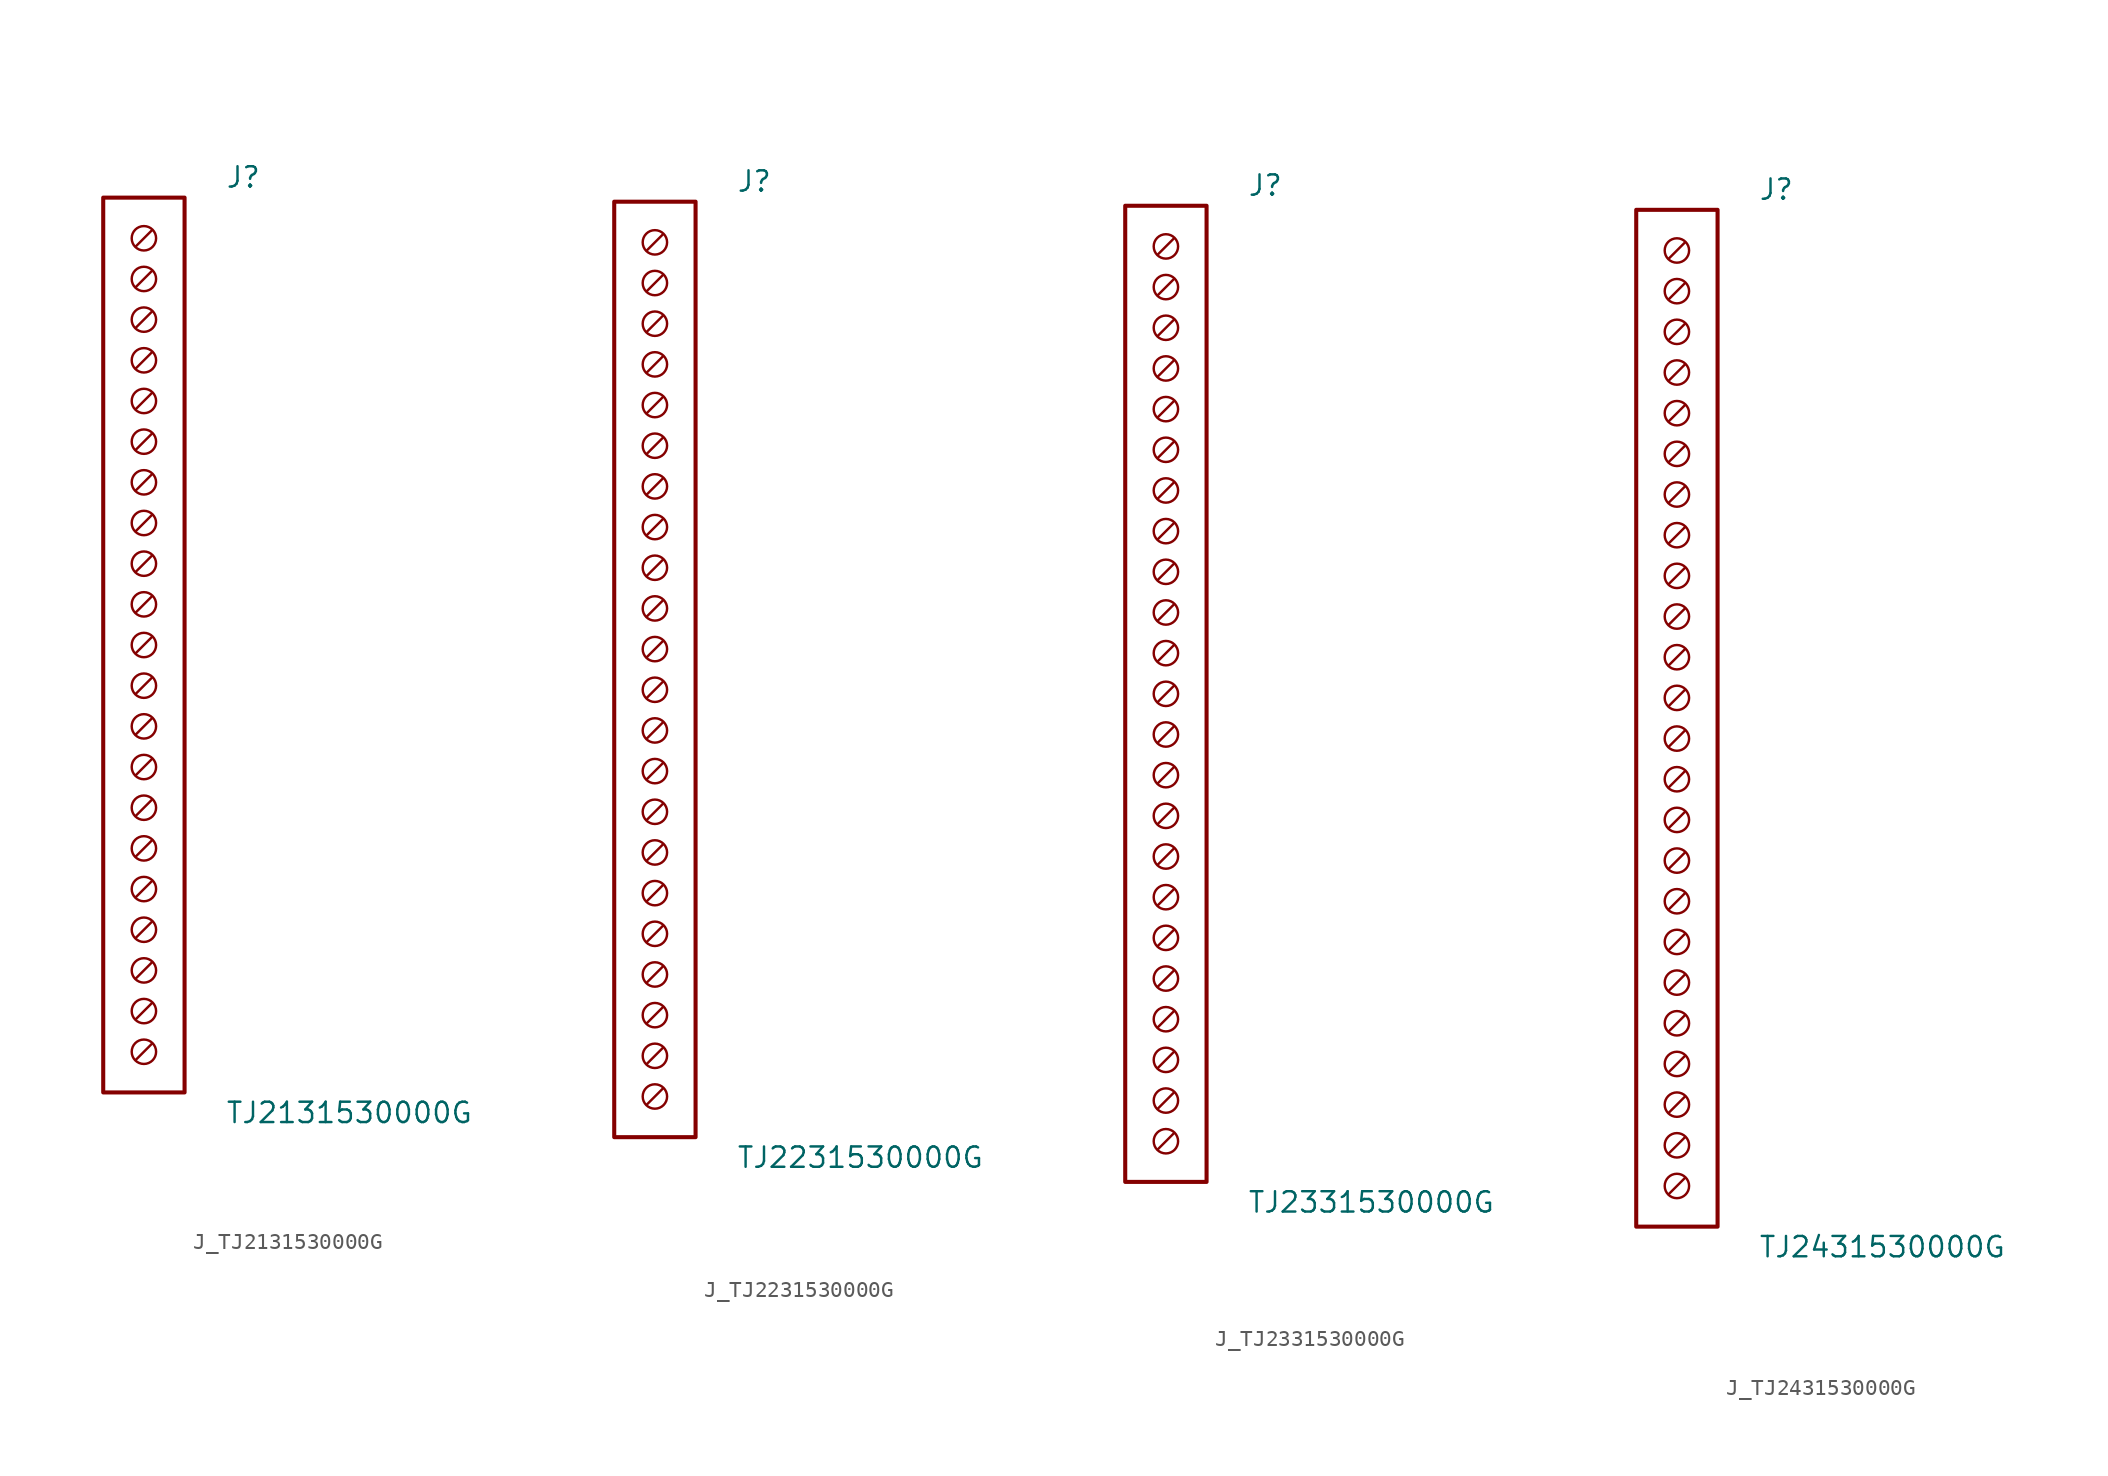
<source format=kicad_sym>
(kicad_symbol_lib
  (version 20231120)
  (generator kicad_symbol_editor)
  (generator_version 8.0)
  (symbol "J_TJ2131530000G"
    (pin_names
      (offset 0.254))
    (property "Reference" "J"
      (at 5.08 29.21 0)
      (effects (font (size 1.27 1.27)) (justify left)))
    (property "Value" "TJ2131530000G"
      (at 5.08 -29.21 0)
      (effects (font (size 1.27 1.27)) (justify left)))
    (symbol "J_TJ2131530000G_0_0"
      (circle (center 0 25.4) (radius 0.762) (stroke (width 0) (type default)) (fill (type none)))
      (polyline (pts (xy 0.508 25.908) (xy -0.508 24.892)) (stroke (width 0) (type default)) (fill (type none)))
      (circle (center 0 22.86) (radius 0.762) (stroke (width 0) (type default)) (fill (type none)))
      (polyline (pts (xy 0.508 23.368) (xy -0.508 22.352)) (stroke (width 0) (type default)) (fill (type none)))
      (circle (center 0 20.32) (radius 0.762) (stroke (width 0) (type default)) (fill (type none)))
      (polyline (pts (xy 0.508 20.828) (xy -0.508 19.812)) (stroke (width 0) (type default)) (fill (type none)))
      (circle (center 0 17.78) (radius 0.762) (stroke (width 0) (type default)) (fill (type none)))
      (polyline (pts (xy 0.508 18.288) (xy -0.508 17.272)) (stroke (width 0) (type default)) (fill (type none)))
      (circle (center 0 15.24) (radius 0.762) (stroke (width 0) (type default)) (fill (type none)))
      (polyline (pts (xy 0.508 15.748) (xy -0.508 14.732)) (stroke (width 0) (type default)) (fill (type none)))
      (circle (center 0 12.7) (radius 0.762) (stroke (width 0) (type default)) (fill (type none)))
      (polyline (pts (xy 0.508 13.208) (xy -0.508 12.192)) (stroke (width 0) (type default)) (fill (type none)))
      (circle (center 0 10.16) (radius 0.762) (stroke (width 0) (type default)) (fill (type none)))
      (polyline (pts (xy 0.508 10.668) (xy -0.508 9.652)) (stroke (width 0) (type default)) (fill (type none)))
      (circle (center 0 7.62) (radius 0.762) (stroke (width 0) (type default)) (fill (type none)))
      (polyline (pts (xy 0.508 8.128) (xy -0.508 7.112)) (stroke (width 0) (type default)) (fill (type none)))
      (circle (center 0 5.08) (radius 0.762) (stroke (width 0) (type default)) (fill (type none)))
      (polyline (pts (xy 0.508 5.588) (xy -0.508 4.572)) (stroke (width 0) (type default)) (fill (type none)))
      (circle (center 0 2.54) (radius 0.762) (stroke (width 0) (type default)) (fill (type none)))
      (polyline (pts (xy 0.508 3.048) (xy -0.508 2.032)) (stroke (width 0) (type default)) (fill (type none)))
      (circle (center 0 0.0) (radius 0.762) (stroke (width 0) (type default)) (fill (type none)))
      (polyline (pts (xy 0.508 0.508) (xy -0.508 -0.508)) (stroke (width 0) (type default)) (fill (type none)))
      (circle (center 0 -2.54) (radius 0.762) (stroke (width 0) (type default)) (fill (type none)))
      (polyline (pts (xy 0.508 -2.032) (xy -0.508 -3.048)) (stroke (width 0) (type default)) (fill (type none)))
      (circle (center 0 -5.08) (radius 0.762) (stroke (width 0) (type default)) (fill (type none)))
      (polyline (pts (xy 0.508 -4.572) (xy -0.508 -5.588)) (stroke (width 0) (type default)) (fill (type none)))
      (circle (center 0 -7.62) (radius 0.762) (stroke (width 0) (type default)) (fill (type none)))
      (polyline (pts (xy 0.508 -7.112) (xy -0.508 -8.128)) (stroke (width 0) (type default)) (fill (type none)))
      (circle (center 0 -10.16) (radius 0.762) (stroke (width 0) (type default)) (fill (type none)))
      (polyline (pts (xy 0.508 -9.652) (xy -0.508 -10.668)) (stroke (width 0) (type default)) (fill (type none)))
      (circle (center 0 -12.7) (radius 0.762) (stroke (width 0) (type default)) (fill (type none)))
      (polyline (pts (xy 0.508 -12.192) (xy -0.508 -13.208)) (stroke (width 0) (type default)) (fill (type none)))
      (circle (center 0 -15.24) (radius 0.762) (stroke (width 0) (type default)) (fill (type none)))
      (polyline (pts (xy 0.508 -14.732) (xy -0.508 -15.748)) (stroke (width 0) (type default)) (fill (type none)))
      (circle (center 0 -17.78) (radius 0.762) (stroke (width 0) (type default)) (fill (type none)))
      (polyline (pts (xy 0.508 -17.272) (xy -0.508 -18.288)) (stroke (width 0) (type default)) (fill (type none)))
      (circle (center 0 -20.32) (radius 0.762) (stroke (width 0) (type default)) (fill (type none)))
      (polyline (pts (xy 0.508 -19.812) (xy -0.508 -20.828)) (stroke (width 0) (type default)) (fill (type none)))
      (circle (center 0 -22.86) (radius 0.762) (stroke (width 0) (type default)) (fill (type none)))
      (polyline (pts (xy 0.508 -22.352) (xy -0.508 -23.368)) (stroke (width 0) (type default)) (fill (type none)))
      (circle (center 0 -25.4) (radius 0.762) (stroke (width 0) (type default)) (fill (type none)))
      (polyline (pts (xy 0.508 -24.892) (xy -0.508 -25.908)) (stroke (width 0) (type default)) (fill (type none))))
    (symbol "J_TJ2131530000G_1_0"
      (rectangle (start -2.54 27.94) (end 2.54 -27.94) (stroke (width 0.254) (type solid)) (fill (type none)))))
  (symbol "J_TJ2231530000G"
    (pin_names
      (offset 0.254))
    (property "Reference" "J"
      (at 5.08 30.48 0)
      (effects (font (size 1.27 1.27)) (justify left)))
    (property "Value" "TJ2231530000G"
      (at 5.08 -30.48 0)
      (effects (font (size 1.27 1.27)) (justify left)))
    (symbol "J_TJ2231530000G_0_0"
      (circle (center 0 26.67) (radius 0.762) (stroke (width 0) (type default)) (fill (type none)))
      (polyline (pts (xy 0.508 27.178) (xy -0.508 26.162)) (stroke (width 0) (type default)) (fill (type none)))
      (circle (center 0 24.13) (radius 0.762) (stroke (width 0) (type default)) (fill (type none)))
      (polyline (pts (xy 0.508 24.638) (xy -0.508 23.622)) (stroke (width 0) (type default)) (fill (type none)))
      (circle (center 0 21.59) (radius 0.762) (stroke (width 0) (type default)) (fill (type none)))
      (polyline (pts (xy 0.508 22.098) (xy -0.508 21.082)) (stroke (width 0) (type default)) (fill (type none)))
      (circle (center 0 19.05) (radius 0.762) (stroke (width 0) (type default)) (fill (type none)))
      (polyline (pts (xy 0.508 19.558) (xy -0.508 18.542)) (stroke (width 0) (type default)) (fill (type none)))
      (circle (center 0 16.51) (radius 0.762) (stroke (width 0) (type default)) (fill (type none)))
      (polyline (pts (xy 0.508 17.018) (xy -0.508 16.002)) (stroke (width 0) (type default)) (fill (type none)))
      (circle (center 0 13.97) (radius 0.762) (stroke (width 0) (type default)) (fill (type none)))
      (polyline (pts (xy 0.508 14.478) (xy -0.508 13.462)) (stroke (width 0) (type default)) (fill (type none)))
      (circle (center 0 11.43) (radius 0.762) (stroke (width 0) (type default)) (fill (type none)))
      (polyline (pts (xy 0.508 11.938) (xy -0.508 10.922)) (stroke (width 0) (type default)) (fill (type none)))
      (circle (center 0 8.89) (radius 0.762) (stroke (width 0) (type default)) (fill (type none)))
      (polyline (pts (xy 0.508 9.398) (xy -0.508 8.382)) (stroke (width 0) (type default)) (fill (type none)))
      (circle (center 0 6.35) (radius 0.762) (stroke (width 0) (type default)) (fill (type none)))
      (polyline (pts (xy 0.508 6.858) (xy -0.508 5.842)) (stroke (width 0) (type default)) (fill (type none)))
      (circle (center 0 3.81) (radius 0.762) (stroke (width 0) (type default)) (fill (type none)))
      (polyline (pts (xy 0.508 4.318) (xy -0.508 3.302)) (stroke (width 0) (type default)) (fill (type none)))
      (circle (center 0 1.27) (radius 0.762) (stroke (width 0) (type default)) (fill (type none)))
      (polyline (pts (xy 0.508 1.778) (xy -0.508 0.762)) (stroke (width 0) (type default)) (fill (type none)))
      (circle (center 0 -1.27) (radius 0.762) (stroke (width 0) (type default)) (fill (type none)))
      (polyline (pts (xy 0.508 -0.762) (xy -0.508 -1.778)) (stroke (width 0) (type default)) (fill (type none)))
      (circle (center 0 -3.81) (radius 0.762) (stroke (width 0) (type default)) (fill (type none)))
      (polyline (pts (xy 0.508 -3.302) (xy -0.508 -4.318)) (stroke (width 0) (type default)) (fill (type none)))
      (circle (center 0 -6.35) (radius 0.762) (stroke (width 0) (type default)) (fill (type none)))
      (polyline (pts (xy 0.508 -5.842) (xy -0.508 -6.858)) (stroke (width 0) (type default)) (fill (type none)))
      (circle (center 0 -8.89) (radius 0.762) (stroke (width 0) (type default)) (fill (type none)))
      (polyline (pts (xy 0.508 -8.382) (xy -0.508 -9.398)) (stroke (width 0) (type default)) (fill (type none)))
      (circle (center 0 -11.43) (radius 0.762) (stroke (width 0) (type default)) (fill (type none)))
      (polyline (pts (xy 0.508 -10.922) (xy -0.508 -11.938)) (stroke (width 0) (type default)) (fill (type none)))
      (circle (center 0 -13.97) (radius 0.762) (stroke (width 0) (type default)) (fill (type none)))
      (polyline (pts (xy 0.508 -13.462) (xy -0.508 -14.478)) (stroke (width 0) (type default)) (fill (type none)))
      (circle (center 0 -16.51) (radius 0.762) (stroke (width 0) (type default)) (fill (type none)))
      (polyline (pts (xy 0.508 -16.002) (xy -0.508 -17.018)) (stroke (width 0) (type default)) (fill (type none)))
      (circle (center 0 -19.05) (radius 0.762) (stroke (width 0) (type default)) (fill (type none)))
      (polyline (pts (xy 0.508 -18.542) (xy -0.508 -19.558)) (stroke (width 0) (type default)) (fill (type none)))
      (circle (center 0 -21.59) (radius 0.762) (stroke (width 0) (type default)) (fill (type none)))
      (polyline (pts (xy 0.508 -21.082) (xy -0.508 -22.098)) (stroke (width 0) (type default)) (fill (type none)))
      (circle (center 0 -24.13) (radius 0.762) (stroke (width 0) (type default)) (fill (type none)))
      (polyline (pts (xy 0.508 -23.622) (xy -0.508 -24.638)) (stroke (width 0) (type default)) (fill (type none)))
      (circle (center 0 -26.67) (radius 0.762) (stroke (width 0) (type default)) (fill (type none)))
      (polyline (pts (xy 0.508 -26.162) (xy -0.508 -27.178)) (stroke (width 0) (type default)) (fill (type none))))
    (symbol "J_TJ2231530000G_1_0"
      (rectangle (start -2.54 29.21) (end 2.54 -29.21) (stroke (width 0.254) (type solid)) (fill (type none)))))
  (symbol "J_TJ2331530000G"
    (pin_names
      (offset 0.254))
    (property "Reference" "J"
      (at 5.08 31.75 0)
      (effects (font (size 1.27 1.27)) (justify left)))
    (property "Value" "TJ2331530000G"
      (at 5.08 -31.75 0)
      (effects (font (size 1.27 1.27)) (justify left)))
    (symbol "J_TJ2331530000G_0_0"
      (circle (center 0 27.94) (radius 0.762) (stroke (width 0) (type default)) (fill (type none)))
      (polyline (pts (xy 0.508 28.448) (xy -0.508 27.432)) (stroke (width 0) (type default)) (fill (type none)))
      (circle (center 0 25.4) (radius 0.762) (stroke (width 0) (type default)) (fill (type none)))
      (polyline (pts (xy 0.508 25.908) (xy -0.508 24.892)) (stroke (width 0) (type default)) (fill (type none)))
      (circle (center 0 22.86) (radius 0.762) (stroke (width 0) (type default)) (fill (type none)))
      (polyline (pts (xy 0.508 23.368) (xy -0.508 22.352)) (stroke (width 0) (type default)) (fill (type none)))
      (circle (center 0 20.32) (radius 0.762) (stroke (width 0) (type default)) (fill (type none)))
      (polyline (pts (xy 0.508 20.828) (xy -0.508 19.812)) (stroke (width 0) (type default)) (fill (type none)))
      (circle (center 0 17.78) (radius 0.762) (stroke (width 0) (type default)) (fill (type none)))
      (polyline (pts (xy 0.508 18.288) (xy -0.508 17.272)) (stroke (width 0) (type default)) (fill (type none)))
      (circle (center 0 15.24) (radius 0.762) (stroke (width 0) (type default)) (fill (type none)))
      (polyline (pts (xy 0.508 15.748) (xy -0.508 14.732)) (stroke (width 0) (type default)) (fill (type none)))
      (circle (center 0 12.7) (radius 0.762) (stroke (width 0) (type default)) (fill (type none)))
      (polyline (pts (xy 0.508 13.208) (xy -0.508 12.192)) (stroke (width 0) (type default)) (fill (type none)))
      (circle (center 0 10.16) (radius 0.762) (stroke (width 0) (type default)) (fill (type none)))
      (polyline (pts (xy 0.508 10.668) (xy -0.508 9.652)) (stroke (width 0) (type default)) (fill (type none)))
      (circle (center 0 7.62) (radius 0.762) (stroke (width 0) (type default)) (fill (type none)))
      (polyline (pts (xy 0.508 8.128) (xy -0.508 7.112)) (stroke (width 0) (type default)) (fill (type none)))
      (circle (center 0 5.08) (radius 0.762) (stroke (width 0) (type default)) (fill (type none)))
      (polyline (pts (xy 0.508 5.588) (xy -0.508 4.572)) (stroke (width 0) (type default)) (fill (type none)))
      (circle (center 0 2.54) (radius 0.762) (stroke (width 0) (type default)) (fill (type none)))
      (polyline (pts (xy 0.508 3.048) (xy -0.508 2.032)) (stroke (width 0) (type default)) (fill (type none)))
      (circle (center 0 0.0) (radius 0.762) (stroke (width 0) (type default)) (fill (type none)))
      (polyline (pts (xy 0.508 0.508) (xy -0.508 -0.508)) (stroke (width 0) (type default)) (fill (type none)))
      (circle (center 0 -2.54) (radius 0.762) (stroke (width 0) (type default)) (fill (type none)))
      (polyline (pts (xy 0.508 -2.032) (xy -0.508 -3.048)) (stroke (width 0) (type default)) (fill (type none)))
      (circle (center 0 -5.08) (radius 0.762) (stroke (width 0) (type default)) (fill (type none)))
      (polyline (pts (xy 0.508 -4.572) (xy -0.508 -5.588)) (stroke (width 0) (type default)) (fill (type none)))
      (circle (center 0 -7.62) (radius 0.762) (stroke (width 0) (type default)) (fill (type none)))
      (polyline (pts (xy 0.508 -7.112) (xy -0.508 -8.128)) (stroke (width 0) (type default)) (fill (type none)))
      (circle (center 0 -10.16) (radius 0.762) (stroke (width 0) (type default)) (fill (type none)))
      (polyline (pts (xy 0.508 -9.652) (xy -0.508 -10.668)) (stroke (width 0) (type default)) (fill (type none)))
      (circle (center 0 -12.7) (radius 0.762) (stroke (width 0) (type default)) (fill (type none)))
      (polyline (pts (xy 0.508 -12.192) (xy -0.508 -13.208)) (stroke (width 0) (type default)) (fill (type none)))
      (circle (center 0 -15.24) (radius 0.762) (stroke (width 0) (type default)) (fill (type none)))
      (polyline (pts (xy 0.508 -14.732) (xy -0.508 -15.748)) (stroke (width 0) (type default)) (fill (type none)))
      (circle (center 0 -17.78) (radius 0.762) (stroke (width 0) (type default)) (fill (type none)))
      (polyline (pts (xy 0.508 -17.272) (xy -0.508 -18.288)) (stroke (width 0) (type default)) (fill (type none)))
      (circle (center 0 -20.32) (radius 0.762) (stroke (width 0) (type default)) (fill (type none)))
      (polyline (pts (xy 0.508 -19.812) (xy -0.508 -20.828)) (stroke (width 0) (type default)) (fill (type none)))
      (circle (center 0 -22.86) (radius 0.762) (stroke (width 0) (type default)) (fill (type none)))
      (polyline (pts (xy 0.508 -22.352) (xy -0.508 -23.368)) (stroke (width 0) (type default)) (fill (type none)))
      (circle (center 0 -25.4) (radius 0.762) (stroke (width 0) (type default)) (fill (type none)))
      (polyline (pts (xy 0.508 -24.892) (xy -0.508 -25.908)) (stroke (width 0) (type default)) (fill (type none)))
      (circle (center 0 -27.94) (radius 0.762) (stroke (width 0) (type default)) (fill (type none)))
      (polyline (pts (xy 0.508 -27.432) (xy -0.508 -28.448)) (stroke (width 0) (type default)) (fill (type none))))
    (symbol "J_TJ2331530000G_1_0"
      (rectangle (start -2.54 30.48) (end 2.54 -30.48) (stroke (width 0.254) (type solid)) (fill (type none)))))
  (symbol "J_TJ2431530000G"
    (pin_names
      (offset 0.254))
    (property "Reference" "J"
      (at 5.08 33.02 0)
      (effects (font (size 1.27 1.27)) (justify left)))
    (property "Value" "TJ2431530000G"
      (at 5.08 -33.02 0)
      (effects (font (size 1.27 1.27)) (justify left)))
    (symbol "J_TJ2431530000G_0_0"
      (circle (center 0 29.21) (radius 0.762) (stroke (width 0) (type default)) (fill (type none)))
      (polyline (pts (xy 0.508 29.718) (xy -0.508 28.702)) (stroke (width 0) (type default)) (fill (type none)))
      (circle (center 0 26.67) (radius 0.762) (stroke (width 0) (type default)) (fill (type none)))
      (polyline (pts (xy 0.508 27.178) (xy -0.508 26.162)) (stroke (width 0) (type default)) (fill (type none)))
      (circle (center 0 24.13) (radius 0.762) (stroke (width 0) (type default)) (fill (type none)))
      (polyline (pts (xy 0.508 24.638) (xy -0.508 23.622)) (stroke (width 0) (type default)) (fill (type none)))
      (circle (center 0 21.59) (radius 0.762) (stroke (width 0) (type default)) (fill (type none)))
      (polyline (pts (xy 0.508 22.098) (xy -0.508 21.082)) (stroke (width 0) (type default)) (fill (type none)))
      (circle (center 0 19.05) (radius 0.762) (stroke (width 0) (type default)) (fill (type none)))
      (polyline (pts (xy 0.508 19.558) (xy -0.508 18.542)) (stroke (width 0) (type default)) (fill (type none)))
      (circle (center 0 16.51) (radius 0.762) (stroke (width 0) (type default)) (fill (type none)))
      (polyline (pts (xy 0.508 17.018) (xy -0.508 16.002)) (stroke (width 0) (type default)) (fill (type none)))
      (circle (center 0 13.97) (radius 0.762) (stroke (width 0) (type default)) (fill (type none)))
      (polyline (pts (xy 0.508 14.478) (xy -0.508 13.462)) (stroke (width 0) (type default)) (fill (type none)))
      (circle (center 0 11.43) (radius 0.762) (stroke (width 0) (type default)) (fill (type none)))
      (polyline (pts (xy 0.508 11.938) (xy -0.508 10.922)) (stroke (width 0) (type default)) (fill (type none)))
      (circle (center 0 8.89) (radius 0.762) (stroke (width 0) (type default)) (fill (type none)))
      (polyline (pts (xy 0.508 9.398) (xy -0.508 8.382)) (stroke (width 0) (type default)) (fill (type none)))
      (circle (center 0 6.35) (radius 0.762) (stroke (width 0) (type default)) (fill (type none)))
      (polyline (pts (xy 0.508 6.858) (xy -0.508 5.842)) (stroke (width 0) (type default)) (fill (type none)))
      (circle (center 0 3.81) (radius 0.762) (stroke (width 0) (type default)) (fill (type none)))
      (polyline (pts (xy 0.508 4.318) (xy -0.508 3.302)) (stroke (width 0) (type default)) (fill (type none)))
      (circle (center 0 1.27) (radius 0.762) (stroke (width 0) (type default)) (fill (type none)))
      (polyline (pts (xy 0.508 1.778) (xy -0.508 0.762)) (stroke (width 0) (type default)) (fill (type none)))
      (circle (center 0 -1.27) (radius 0.762) (stroke (width 0) (type default)) (fill (type none)))
      (polyline (pts (xy 0.508 -0.762) (xy -0.508 -1.778)) (stroke (width 0) (type default)) (fill (type none)))
      (circle (center 0 -3.81) (radius 0.762) (stroke (width 0) (type default)) (fill (type none)))
      (polyline (pts (xy 0.508 -3.302) (xy -0.508 -4.318)) (stroke (width 0) (type default)) (fill (type none)))
      (circle (center 0 -6.35) (radius 0.762) (stroke (width 0) (type default)) (fill (type none)))
      (polyline (pts (xy 0.508 -5.842) (xy -0.508 -6.858)) (stroke (width 0) (type default)) (fill (type none)))
      (circle (center 0 -8.89) (radius 0.762) (stroke (width 0) (type default)) (fill (type none)))
      (polyline (pts (xy 0.508 -8.382) (xy -0.508 -9.398)) (stroke (width 0) (type default)) (fill (type none)))
      (circle (center 0 -11.43) (radius 0.762) (stroke (width 0) (type default)) (fill (type none)))
      (polyline (pts (xy 0.508 -10.922) (xy -0.508 -11.938)) (stroke (width 0) (type default)) (fill (type none)))
      (circle (center 0 -13.97) (radius 0.762) (stroke (width 0) (type default)) (fill (type none)))
      (polyline (pts (xy 0.508 -13.462) (xy -0.508 -14.478)) (stroke (width 0) (type default)) (fill (type none)))
      (circle (center 0 -16.51) (radius 0.762) (stroke (width 0) (type default)) (fill (type none)))
      (polyline (pts (xy 0.508 -16.002) (xy -0.508 -17.018)) (stroke (width 0) (type default)) (fill (type none)))
      (circle (center 0 -19.05) (radius 0.762) (stroke (width 0) (type default)) (fill (type none)))
      (polyline (pts (xy 0.508 -18.542) (xy -0.508 -19.558)) (stroke (width 0) (type default)) (fill (type none)))
      (circle (center 0 -21.59) (radius 0.762) (stroke (width 0) (type default)) (fill (type none)))
      (polyline (pts (xy 0.508 -21.082) (xy -0.508 -22.098)) (stroke (width 0) (type default)) (fill (type none)))
      (circle (center 0 -24.13) (radius 0.762) (stroke (width 0) (type default)) (fill (type none)))
      (polyline (pts (xy 0.508 -23.622) (xy -0.508 -24.638)) (stroke (width 0) (type default)) (fill (type none)))
      (circle (center 0 -26.67) (radius 0.762) (stroke (width 0) (type default)) (fill (type none)))
      (polyline (pts (xy 0.508 -26.162) (xy -0.508 -27.178)) (stroke (width 0) (type default)) (fill (type none)))
      (circle (center 0 -29.21) (radius 0.762) (stroke (width 0) (type default)) (fill (type none)))
      (polyline (pts (xy 0.508 -28.702) (xy -0.508 -29.718)) (stroke (width 0) (type default)) (fill (type none))))
    (symbol "J_TJ2431530000G_1_0"
      (rectangle (start -2.54 31.75) (end 2.54 -31.75) (stroke (width 0.254) (type solid)) (fill (type none))))))
</source>
